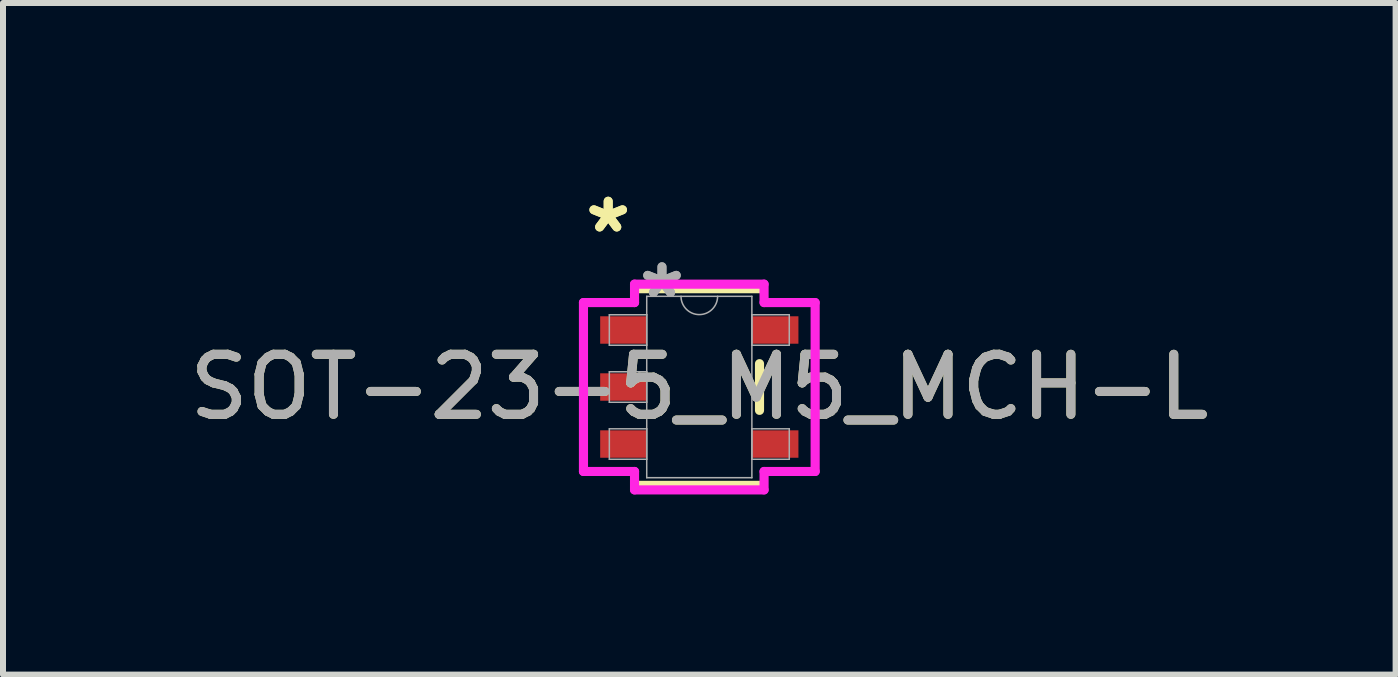
<source format=kicad_pcb>
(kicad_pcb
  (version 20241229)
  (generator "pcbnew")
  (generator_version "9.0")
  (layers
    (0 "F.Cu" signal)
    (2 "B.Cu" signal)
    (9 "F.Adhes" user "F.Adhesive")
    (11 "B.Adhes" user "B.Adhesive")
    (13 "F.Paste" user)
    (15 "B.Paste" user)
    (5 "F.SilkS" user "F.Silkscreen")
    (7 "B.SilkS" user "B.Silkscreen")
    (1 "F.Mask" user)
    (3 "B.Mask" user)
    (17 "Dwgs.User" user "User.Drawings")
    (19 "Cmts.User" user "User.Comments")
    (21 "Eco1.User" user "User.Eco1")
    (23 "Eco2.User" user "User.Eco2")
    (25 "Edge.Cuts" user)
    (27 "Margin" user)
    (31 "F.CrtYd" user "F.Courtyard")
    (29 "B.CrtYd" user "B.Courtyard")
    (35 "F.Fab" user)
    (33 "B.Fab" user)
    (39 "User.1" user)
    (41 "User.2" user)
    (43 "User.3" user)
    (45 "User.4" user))
  (footprint "SOT-23-5_M5_MCH-L"
    (layer "F.Cu")
    (at 8.601 3.398)
    (property "Reference" "SOT-23-5_M5_MCH-L" (at 0 0 0) (unlocked yes) (layer "F.SilkS") (effects (font (size 1 1) (thickness 0.15))))
    (attr smd)
    (fp_line (start -1.003 1.638) (end 1.003 1.638) (stroke (width 0.152) (type solid)) (layer "F.SilkS"))
    (fp_line (start 1.003 -1.638) (end -1.003 -1.638) (stroke (width 0.152) (type solid)) (layer "F.SilkS"))
    (fp_line (start 1.003 0.389) (end 1.003 -0.389) (stroke (width 0.152) (type solid)) (layer "F.SilkS"))
    (fp_line (start -1.93 -1.407) (end -1.079 -1.407) (stroke (width 0.152) (type solid)) (layer "F.CrtYd"))
    (fp_line (start -1.93 1.407) (end -1.93 -1.407) (stroke (width 0.152) (type solid)) (layer "F.CrtYd"))
    (fp_line (start -1.079 -1.714) (end 1.079 -1.714) (stroke (width 0.152) (type solid)) (layer "F.CrtYd"))
    (fp_line (start -1.079 -1.407) (end -1.079 -1.714) (stroke (width 0.152) (type solid)) (layer "F.CrtYd"))
    (fp_line (start -1.079 1.407) (end -1.93 1.407) (stroke (width 0.152) (type solid)) (layer "F.CrtYd"))
    (fp_line (start -1.079 1.714) (end -1.079 1.407) (stroke (width 0.152) (type solid)) (layer "F.CrtYd"))
    (fp_line (start 1.079 -1.714) (end 1.079 -1.407) (stroke (width 0.152) (type solid)) (layer "F.CrtYd"))
    (fp_line (start 1.079 -1.407) (end 1.93 -1.407) (stroke (width 0.152) (type solid)) (layer "F.CrtYd"))
    (fp_line (start 1.079 1.407) (end 1.079 1.714) (stroke (width 0.152) (type solid)) (layer "F.CrtYd"))
    (fp_line (start 1.079 1.714) (end -1.079 1.714) (stroke (width 0.152) (type solid)) (layer "F.CrtYd"))
    (fp_line (start 1.93 -1.407) (end 1.93 1.407) (stroke (width 0.152) (type solid)) (layer "F.CrtYd"))
    (fp_line (start 1.93 1.407) (end 1.079 1.407) (stroke (width 0.152) (type solid)) (layer "F.CrtYd"))
    (fp_line (start -1.499 -1.204) (end -1.499 -0.696) (stroke (width 0.025) (type solid)) (layer "F.Fab"))
    (fp_line (start -1.499 -0.696) (end -0.876 -0.696) (stroke (width 0.025) (type solid)) (layer "F.Fab"))
    (fp_line (start -1.499 -0.254) (end -1.499 0.254) (stroke (width 0.025) (type solid)) (layer "F.Fab"))
    (fp_line (start -1.499 0.254) (end -0.876 0.254) (stroke (width 0.025) (type solid)) (layer "F.Fab"))
    (fp_line (start -1.499 0.696) (end -1.499 1.204) (stroke (width 0.025) (type solid)) (layer "F.Fab"))
    (fp_line (start -1.499 1.204) (end -0.876 1.204) (stroke (width 0.025) (type solid)) (layer "F.Fab"))
    (fp_line (start -0.876 -1.511) (end -0.876 1.511) (stroke (width 0.025) (type solid)) (layer "F.Fab"))
    (fp_line (start -0.876 -1.204) (end -1.499 -1.204) (stroke (width 0.025) (type solid)) (layer "F.Fab"))
    (fp_line (start -0.876 -0.696) (end -0.876 -1.204) (stroke (width 0.025) (type solid)) (layer "F.Fab"))
    (fp_line (start -0.876 -0.254) (end -1.499 -0.254) (stroke (width 0.025) (type solid)) (layer "F.Fab"))
    (fp_line (start -0.876 0.254) (end -0.876 -0.254) (stroke (width 0.025) (type solid)) (layer "F.Fab"))
    (fp_line (start -0.876 0.696) (end -1.499 0.696) (stroke (width 0.025) (type solid)) (layer "F.Fab"))
    (fp_line (start -0.876 1.204) (end -0.876 0.696) (stroke (width 0.025) (type solid)) (layer "F.Fab"))
    (fp_line (start -0.876 1.511) (end 0.876 1.511) (stroke (width 0.025) (type solid)) (layer "F.Fab"))
    (fp_line (start 0.876 -1.511) (end -0.876 -1.511) (stroke (width 0.025) (type solid)) (layer "F.Fab"))
    (fp_line (start 0.876 -1.204) (end 0.876 -0.696) (stroke (width 0.025) (type solid)) (layer "F.Fab"))
    (fp_line (start 0.876 -0.696) (end 1.499 -0.696) (stroke (width 0.025) (type solid)) (layer "F.Fab"))
    (fp_line (start 0.876 0.696) (end 0.876 1.204) (stroke (width 0.025) (type solid)) (layer "F.Fab"))
    (fp_line (start 0.876 1.204) (end 1.499 1.204) (stroke (width 0.025) (type solid)) (layer "F.Fab"))
    (fp_line (start 0.876 1.511) (end 0.876 -1.511) (stroke (width 0.025) (type solid)) (layer "F.Fab"))
    (fp_line (start 1.499 -1.204) (end 0.876 -1.204) (stroke (width 0.025) (type solid)) (layer "F.Fab"))
    (fp_line (start 1.499 -0.696) (end 1.499 -1.204) (stroke (width 0.025) (type solid)) (layer "F.Fab"))
    (fp_line (start 1.499 0.696) (end 0.876 0.696) (stroke (width 0.025) (type solid)) (layer "F.Fab"))
    (fp_line (start 1.499 1.204) (end 1.499 0.696) (stroke (width 0.025) (type solid)) (layer "F.Fab"))
    (fp_arc (start 0.3048 -1.5113) (mid 0 -1.2065) (end -0.3048 -1.5113) (stroke (width 0.0254) (type solid)) (layer "F.Fab"))
    (fp_text user "*" (at -1.518 -2.55 0) (layer "F.SilkS") (effects (font (size 1 1) (thickness 0.15))))
    (fp_text user "*" (at -1.518 -2.55 0) (unlocked yes) (layer "F.SilkS") (effects (font (size 1 1) (thickness 0.15))))
    (fp_text user "*" (at -0.622 -1.458 0) (unlocked yes) (layer "F.Fab") (effects (font (size 1 1) (thickness 0.15))))
    (fp_text user "${REFERENCE}" (at 0 0 0) (unlocked yes) (layer "F.Fab") (effects (font (size 1 1) (thickness 0.15))))
    (fp_text user "*" (at -0.622 -1.458 0) (layer "F.Fab") (effects (font (size 1 1) (thickness 0.15))))
    (pad "1" smd rect (at -1.264 -0.95) (size 0.775 0.457) (layers "F.Cu" "F.Mask" "F.Paste"))
    (pad "2" smd rect (at -1.264 0) (size 0.775 0.457) (layers "F.Cu" "F.Mask" "F.Paste"))
    (pad "3" smd rect (at -1.264 0.95) (size 0.775 0.457) (layers "F.Cu" "F.Mask" "F.Paste"))
    (pad "4" smd rect (at 1.264 0.95) (size 0.775 0.457) (layers "F.Cu" "F.Mask" "F.Paste"))
    (pad "5" smd rect (at 1.264 -0.95) (size 0.775 0.457) (layers "F.Cu" "F.Mask" "F.Paste")))
  (gr_rect
    (start -3 -3)
    (end 20.202 8.189)
    (stroke (width 0.1) (type default))
    (fill no)
    (layer "Edge.Cuts")))
</source>
